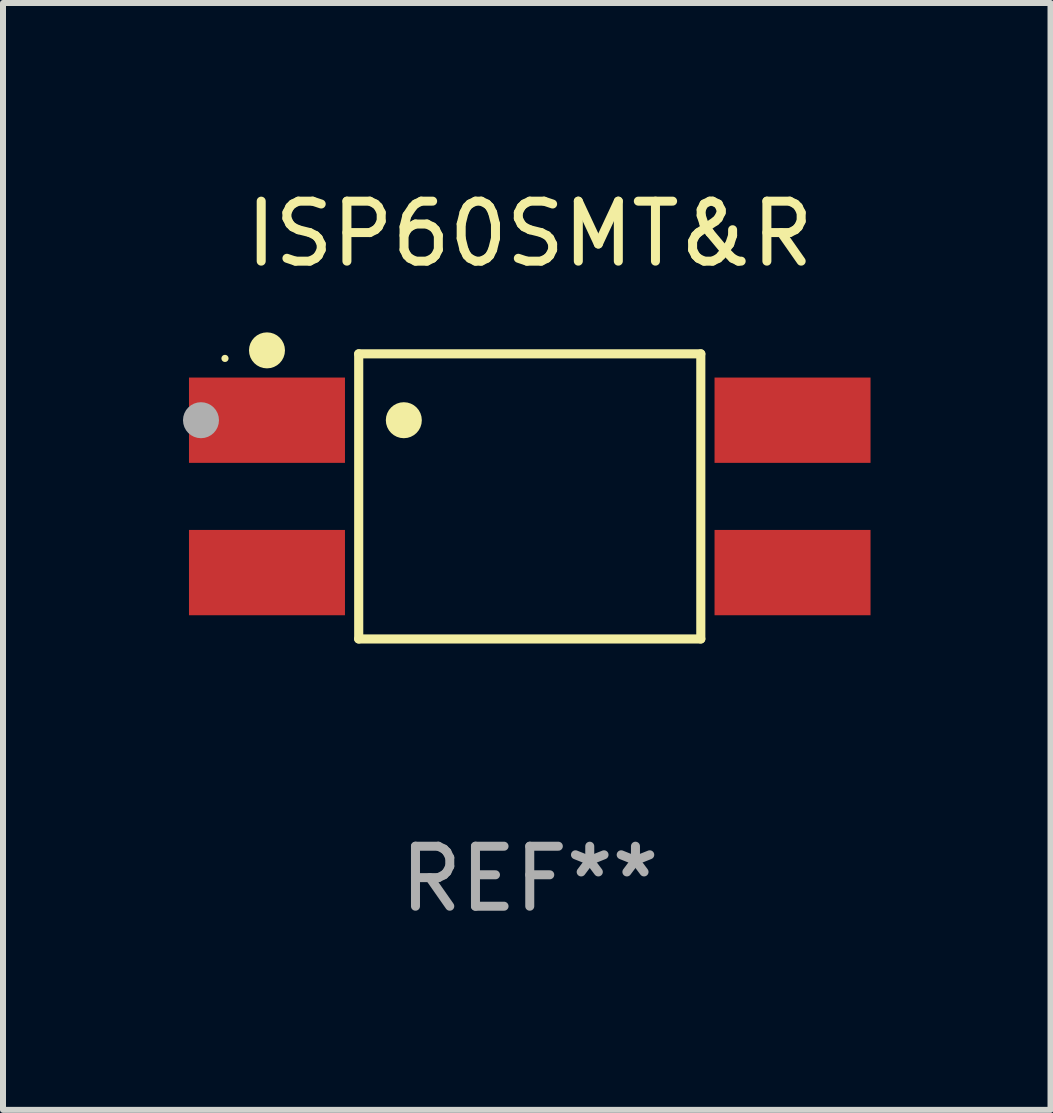
<source format=kicad_pcb>
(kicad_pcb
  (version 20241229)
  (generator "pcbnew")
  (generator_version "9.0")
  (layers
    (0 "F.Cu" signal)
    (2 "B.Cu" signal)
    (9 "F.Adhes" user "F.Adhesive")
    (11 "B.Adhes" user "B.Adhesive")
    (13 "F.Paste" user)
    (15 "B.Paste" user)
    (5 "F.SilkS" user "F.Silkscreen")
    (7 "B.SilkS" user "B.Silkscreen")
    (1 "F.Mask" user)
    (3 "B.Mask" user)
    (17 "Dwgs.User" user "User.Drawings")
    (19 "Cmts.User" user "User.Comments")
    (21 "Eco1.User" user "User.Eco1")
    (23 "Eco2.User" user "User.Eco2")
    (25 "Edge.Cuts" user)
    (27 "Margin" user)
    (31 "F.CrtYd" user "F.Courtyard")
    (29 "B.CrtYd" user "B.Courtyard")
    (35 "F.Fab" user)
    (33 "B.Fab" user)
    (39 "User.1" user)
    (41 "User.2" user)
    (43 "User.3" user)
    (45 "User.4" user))
  (footprint "ISP60SMT&R"
    (layer "F.Cu")
    (at 5.78 5.224)
    (property "Reference" "ISP60SMT&R" (at 0 -4.376 0) (layer "F.SilkS") (effects (font (size 1 1) (thickness 0.15))))
    (attr through_hole)
    (fp_line (start -2.851 -2.376) (end 2.851 -2.376) (stroke (width 0.152) (type solid)) (layer "F.SilkS"))
    (fp_line (start -2.851 2.376) (end -2.851 -2.376) (stroke (width 0.152) (type solid)) (layer "F.SilkS"))
    (fp_line (start 2.851 -2.376) (end 2.851 2.376) (stroke (width 0.152) (type solid)) (layer "F.SilkS"))
    (fp_line (start 2.851 2.376) (end -2.851 2.376) (stroke (width 0.152) (type solid)) (layer "F.SilkS"))
    (fp_circle (center -5.08 -2.3) (end -5.05 -2.3) (stroke (width 0.06) (type solid)) (fill no) (layer "F.SilkS"))
    (fp_circle (center -4.38 -2.434) (end -4.23 -2.434) (stroke (width 0.3) (type solid)) (fill no) (layer "F.SilkS"))
    (fp_circle (center -2.099 -1.27) (end -1.949 -1.27) (stroke (width 0.3) (type solid)) (fill no) (layer "F.SilkS"))
    (fp_circle (center -5.48 -1.27) (end -5.33 -1.27) (stroke (width 0.3) (type solid)) (fill no) (layer "F.Fab"))
    (fp_text user "REF**" (at 0 6.376 0) (layer "F.Fab") (effects (font (size 1 1) (thickness 0.15))))
    (pad "1" smd rect (at -4.38 -1.27) (size 2.6 1.422) (layers "F.Cu" "F.Mask" "F.Paste"))
    (pad "2" smd rect (at -4.38 1.27) (size 2.6 1.422) (layers "F.Cu" "F.Mask" "F.Paste"))
    (pad "3" smd rect (at 4.38 1.27) (size 2.6 1.422) (layers "F.Cu" "F.Mask" "F.Paste"))
    (pad "4" smd rect (at 4.38 -1.27) (size 2.6 1.422) (layers "F.Cu" "F.Mask" "F.Paste")))
  (gr_rect
    (start -3 -3)
    (end 14.46 15.449)
    (stroke (width 0.1) (type default))
    (fill no)
    (layer "Edge.Cuts")))
</source>
